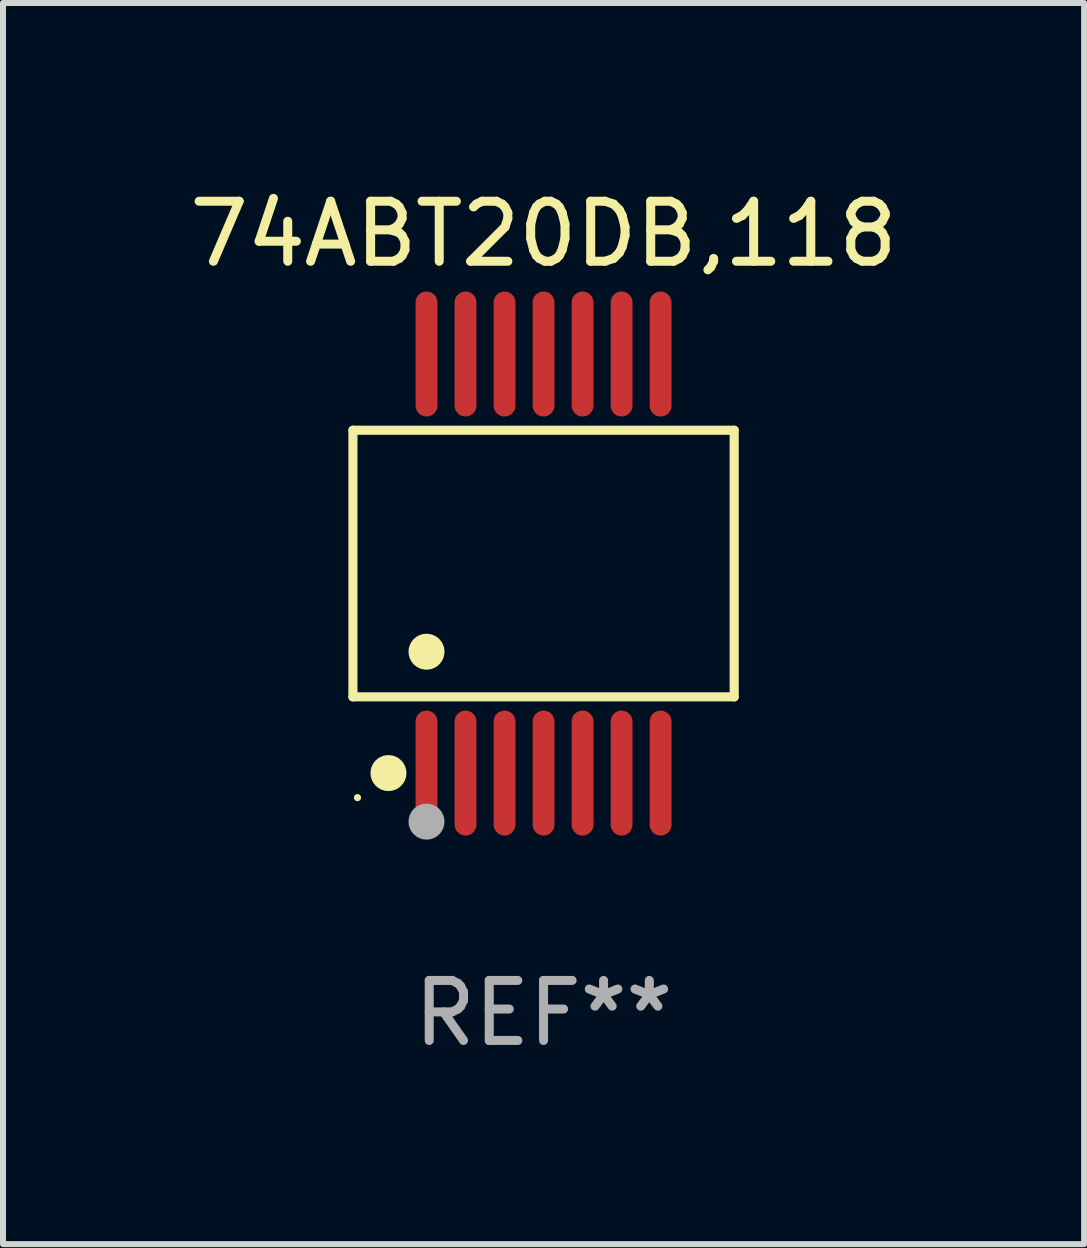
<source format=kicad_pcb>
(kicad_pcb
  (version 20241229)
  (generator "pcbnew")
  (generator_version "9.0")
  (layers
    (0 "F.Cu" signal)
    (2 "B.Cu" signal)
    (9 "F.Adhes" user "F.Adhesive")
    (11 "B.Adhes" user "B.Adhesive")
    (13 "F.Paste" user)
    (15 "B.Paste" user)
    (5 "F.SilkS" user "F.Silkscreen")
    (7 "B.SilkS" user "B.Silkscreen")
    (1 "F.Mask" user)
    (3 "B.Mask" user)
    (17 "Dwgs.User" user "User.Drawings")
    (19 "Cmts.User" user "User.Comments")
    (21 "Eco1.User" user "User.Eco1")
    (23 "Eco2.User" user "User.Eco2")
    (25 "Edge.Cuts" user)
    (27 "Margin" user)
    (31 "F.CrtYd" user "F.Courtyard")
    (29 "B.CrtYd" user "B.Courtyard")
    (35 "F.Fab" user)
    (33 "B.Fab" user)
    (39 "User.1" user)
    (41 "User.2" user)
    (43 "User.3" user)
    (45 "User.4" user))
  (footprint "74ABT20DB,118"
    (layer "F.Cu")
    (at 6.006 6.339)
    (property "Reference" "74ABT20DB,118" (at 0 -5.491 0) (layer "F.SilkS") (effects (font (size 1 1) (thickness 0.15))))
    (attr through_hole)
    (fp_line (start -3.176 -2.221) (end 3.176 -2.221) (stroke (width 0.152) (type solid)) (layer "F.SilkS"))
    (fp_line (start -3.176 2.221) (end -3.176 -2.221) (stroke (width 0.152) (type solid)) (layer "F.SilkS"))
    (fp_line (start 3.176 -2.221) (end 3.176 2.221) (stroke (width 0.152) (type solid)) (layer "F.SilkS"))
    (fp_line (start 3.176 2.221) (end -3.176 2.221) (stroke (width 0.152) (type solid)) (layer "F.SilkS"))
    (fp_circle (center -3.1 3.9) (end -3.07 3.9) (stroke (width 0.06) (type solid)) (fill no) (layer "F.SilkS"))
    (fp_circle (center -2.584 3.491) (end -2.434 3.491) (stroke (width 0.3) (type solid)) (fill no) (layer "F.SilkS"))
    (fp_circle (center -1.95 1.469) (end -1.8 1.469) (stroke (width 0.3) (type solid)) (fill no) (layer "F.SilkS"))
    (fp_circle (center -1.95 4.3) (end -1.8 4.3) (stroke (width 0.3) (type solid)) (fill no) (layer "F.Fab"))
    (fp_text user "REF**" (at 0 7.491 0) (layer "F.Fab") (effects (font (size 1 1) (thickness 0.15))))
    (pad "1" smd oval (at -1.95 3.491) (size 0.364 2.082) (layers "F.Cu" "F.Mask" "F.Paste"))
    (pad "2" smd oval (at -1.3 3.491) (size 0.364 2.082) (layers "F.Cu" "F.Mask" "F.Paste"))
    (pad "3" smd oval (at -0.65 3.491) (size 0.364 2.082) (layers "F.Cu" "F.Mask" "F.Paste"))
    (pad "4" smd oval (at 0 3.491) (size 0.364 2.082) (layers "F.Cu" "F.Mask" "F.Paste"))
    (pad "5" smd oval (at 0.65 3.491) (size 0.364 2.082) (layers "F.Cu" "F.Mask" "F.Paste"))
    (pad "6" smd oval (at 1.3 3.491) (size 0.364 2.082) (layers "F.Cu" "F.Mask" "F.Paste"))
    (pad "7" smd oval (at 1.95 3.491) (size 0.364 2.082) (layers "F.Cu" "F.Mask" "F.Paste"))
    (pad "8" smd oval (at 1.95 -3.491) (size 0.364 2.082) (layers "F.Cu" "F.Mask" "F.Paste"))
    (pad "9" smd oval (at 1.3 -3.491) (size 0.364 2.082) (layers "F.Cu" "F.Mask" "F.Paste"))
    (pad "10" smd oval (at 0.65 -3.491) (size 0.364 2.082) (layers "F.Cu" "F.Mask" "F.Paste"))
    (pad "11" smd oval (at 0 -3.491) (size 0.364 2.082) (layers "F.Cu" "F.Mask" "F.Paste"))
    (pad "12" smd oval (at -0.65 -3.491) (size 0.364 2.082) (layers "F.Cu" "F.Mask" "F.Paste"))
    (pad "13" smd oval (at -1.3 -3.491) (size 0.364 2.082) (layers "F.Cu" "F.Mask" "F.Paste"))
    (pad "14" smd oval (at -1.95 -3.491) (size 0.364 2.082) (layers "F.Cu" "F.Mask" "F.Paste")))
  (gr_rect
    (start -3 -3)
    (end 15.012 17.678)
    (stroke (width 0.1) (type default))
    (fill no)
    (layer "Edge.Cuts")))
</source>
